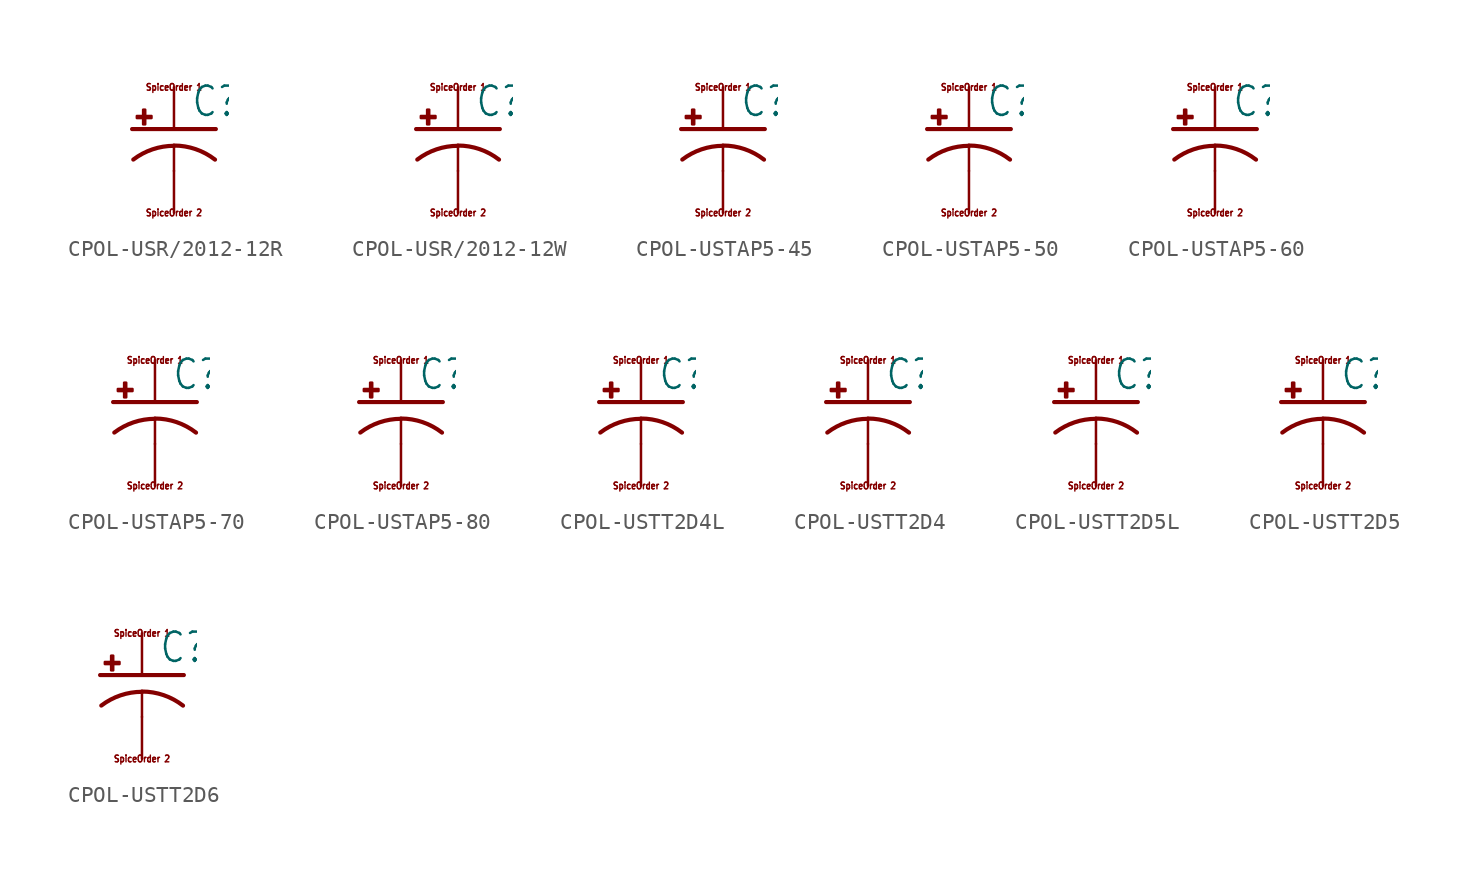
<source format=kicad_sym>
(kicad_symbol_lib
  (version 20231120)
  (generator "kicad_symbol_editor")
  (generator_version "8.0")
  (symbol "CPOL-USR/2012-12R"
    (property "Reference" "C"
      (at 1.016 0.635 0)
      (effects (font (size 1.778 1.511)) (justify left bottom)))
    (property "Value" ""
      (at 1.016 -4.191 0)
      (effects (font (size 1.778 1.511)) (justify left bottom)))
    (property "ki_locked" ""
      (at 0 0 0)
      (effects (font (size 1.27 1.27))))
    (symbol "CPOL-USR/2012-12R_1_0"
      (rectangle (start -2.253 0.668) (end -1.364 0.795) (stroke (width 0) (type default)) (fill (type outline)))
      (rectangle (start -1.872 0.287) (end -1.745 1.176) (stroke (width 0) (type default)) (fill (type outline)))
      (arc (start 0 -1.0161) (mid -1.3021 -1.2303) (end -2.4669 -1.8504) (stroke (width 0.254) (type solid)) (fill (type none)))
      (polyline (pts (xy -2.54 0) (xy 2.54 0)) (stroke (width 0.254) (type solid)) (fill (type none)))
      (polyline (pts (xy 0 -1.016) (xy 0 -2.54)) (stroke (width 0.152) (type solid)) (fill (type none)))
      (arc (start 2.4892 -1.8541) (mid 1.3158 -1.2194) (end 0 -1) (stroke (width 0.254) (type solid)) (fill (type none)))
      (text "SpiceOrder 1" (at 0 2.54 0) (effects (font (size 0.406 0.345))))
      (text "SpiceOrder 2" (at 0 -5.08 0) (effects (font (size 0.406 0.345))))
      (pin passive line (at 0 2.54 270) (length 2.54) (name "+" (effects (font (size 0 0)))) (number "+" (effects (font (size 0 0)))))
      (pin passive line (at 0 -5.08 90) (length 2.54) (name "-" (effects (font (size 0 0)))) (number "-" (effects (font (size 0 0)))))))
  (symbol "CPOL-USR/2012-12W"
    (property "Reference" "C"
      (at 1.016 0.635 0)
      (effects (font (size 1.778 1.511)) (justify left bottom)))
    (property "Value" ""
      (at 1.016 -4.191 0)
      (effects (font (size 1.778 1.511)) (justify left bottom)))
    (property "ki_locked" ""
      (at 0 0 0)
      (effects (font (size 1.27 1.27))))
    (symbol "CPOL-USR/2012-12W_1_0"
      (rectangle (start -2.253 0.668) (end -1.364 0.795) (stroke (width 0) (type default)) (fill (type outline)))
      (rectangle (start -1.872 0.287) (end -1.745 1.176) (stroke (width 0) (type default)) (fill (type outline)))
      (arc (start 0 -1.0161) (mid -1.3021 -1.2303) (end -2.4669 -1.8504) (stroke (width 0.254) (type solid)) (fill (type none)))
      (polyline (pts (xy -2.54 0) (xy 2.54 0)) (stroke (width 0.254) (type solid)) (fill (type none)))
      (polyline (pts (xy 0 -1.016) (xy 0 -2.54)) (stroke (width 0.152) (type solid)) (fill (type none)))
      (arc (start 2.4892 -1.8541) (mid 1.3158 -1.2194) (end 0 -1) (stroke (width 0.254) (type solid)) (fill (type none)))
      (text "SpiceOrder 1" (at 0 2.54 0) (effects (font (size 0.406 0.345))))
      (text "SpiceOrder 2" (at 0 -5.08 0) (effects (font (size 0.406 0.345))))
      (pin passive line (at 0 2.54 270) (length 2.54) (name "+" (effects (font (size 0 0)))) (number "+" (effects (font (size 0 0)))))
      (pin passive line (at 0 -5.08 90) (length 2.54) (name "-" (effects (font (size 0 0)))) (number "-" (effects (font (size 0 0)))))))
  (symbol "CPOL-USTAP5-45"
    (property "Reference" "C"
      (at 1.016 0.635 0)
      (effects (font (size 1.778 1.511)) (justify left bottom)))
    (property "Value" ""
      (at 1.016 -4.191 0)
      (effects (font (size 1.778 1.511)) (justify left bottom)))
    (property "ki_locked" ""
      (at 0 0 0)
      (effects (font (size 1.27 1.27))))
    (symbol "CPOL-USTAP5-45_1_0"
      (rectangle (start -2.253 0.668) (end -1.364 0.795) (stroke (width 0) (type default)) (fill (type outline)))
      (rectangle (start -1.872 0.287) (end -1.745 1.176) (stroke (width 0) (type default)) (fill (type outline)))
      (arc (start 0 -1.0161) (mid -1.3021 -1.2303) (end -2.4669 -1.8504) (stroke (width 0.254) (type solid)) (fill (type none)))
      (polyline (pts (xy -2.54 0) (xy 2.54 0)) (stroke (width 0.254) (type solid)) (fill (type none)))
      (polyline (pts (xy 0 -1.016) (xy 0 -2.54)) (stroke (width 0.152) (type solid)) (fill (type none)))
      (arc (start 2.4892 -1.8541) (mid 1.3158 -1.2194) (end 0 -1) (stroke (width 0.254) (type solid)) (fill (type none)))
      (text "SpiceOrder 1" (at 0 2.54 0) (effects (font (size 0.406 0.345))))
      (text "SpiceOrder 2" (at 0 -5.08 0) (effects (font (size 0.406 0.345))))
      (pin passive line (at 0 2.54 270) (length 2.54) (name "+" (effects (font (size 0 0)))) (number "+" (effects (font (size 0 0)))))
      (pin passive line (at 0 -5.08 90) (length 2.54) (name "-" (effects (font (size 0 0)))) (number "-" (effects (font (size 0 0)))))))
  (symbol "CPOL-USTAP5-50"
    (property "Reference" "C"
      (at 1.016 0.635 0)
      (effects (font (size 1.778 1.511)) (justify left bottom)))
    (property "Value" ""
      (at 1.016 -4.191 0)
      (effects (font (size 1.778 1.511)) (justify left bottom)))
    (property "ki_locked" ""
      (at 0 0 0)
      (effects (font (size 1.27 1.27))))
    (symbol "CPOL-USTAP5-50_1_0"
      (rectangle (start -2.253 0.668) (end -1.364 0.795) (stroke (width 0) (type default)) (fill (type outline)))
      (rectangle (start -1.872 0.287) (end -1.745 1.176) (stroke (width 0) (type default)) (fill (type outline)))
      (arc (start 0 -1.0161) (mid -1.3021 -1.2303) (end -2.4669 -1.8504) (stroke (width 0.254) (type solid)) (fill (type none)))
      (polyline (pts (xy -2.54 0) (xy 2.54 0)) (stroke (width 0.254) (type solid)) (fill (type none)))
      (polyline (pts (xy 0 -1.016) (xy 0 -2.54)) (stroke (width 0.152) (type solid)) (fill (type none)))
      (arc (start 2.4892 -1.8541) (mid 1.3158 -1.2194) (end 0 -1) (stroke (width 0.254) (type solid)) (fill (type none)))
      (text "SpiceOrder 1" (at 0 2.54 0) (effects (font (size 0.406 0.345))))
      (text "SpiceOrder 2" (at 0 -5.08 0) (effects (font (size 0.406 0.345))))
      (pin passive line (at 0 2.54 270) (length 2.54) (name "+" (effects (font (size 0 0)))) (number "+" (effects (font (size 0 0)))))
      (pin passive line (at 0 -5.08 90) (length 2.54) (name "-" (effects (font (size 0 0)))) (number "-" (effects (font (size 0 0)))))))
  (symbol "CPOL-USTAP5-60"
    (property "Reference" "C"
      (at 1.016 0.635 0)
      (effects (font (size 1.778 1.511)) (justify left bottom)))
    (property "Value" ""
      (at 1.016 -4.191 0)
      (effects (font (size 1.778 1.511)) (justify left bottom)))
    (property "ki_locked" ""
      (at 0 0 0)
      (effects (font (size 1.27 1.27))))
    (symbol "CPOL-USTAP5-60_1_0"
      (rectangle (start -2.253 0.668) (end -1.364 0.795) (stroke (width 0) (type default)) (fill (type outline)))
      (rectangle (start -1.872 0.287) (end -1.745 1.176) (stroke (width 0) (type default)) (fill (type outline)))
      (arc (start 0 -1.0161) (mid -1.3021 -1.2303) (end -2.4669 -1.8504) (stroke (width 0.254) (type solid)) (fill (type none)))
      (polyline (pts (xy -2.54 0) (xy 2.54 0)) (stroke (width 0.254) (type solid)) (fill (type none)))
      (polyline (pts (xy 0 -1.016) (xy 0 -2.54)) (stroke (width 0.152) (type solid)) (fill (type none)))
      (arc (start 2.4892 -1.8541) (mid 1.3158 -1.2194) (end 0 -1) (stroke (width 0.254) (type solid)) (fill (type none)))
      (text "SpiceOrder 1" (at 0 2.54 0) (effects (font (size 0.406 0.345))))
      (text "SpiceOrder 2" (at 0 -5.08 0) (effects (font (size 0.406 0.345))))
      (pin passive line (at 0 2.54 270) (length 2.54) (name "+" (effects (font (size 0 0)))) (number "+" (effects (font (size 0 0)))))
      (pin passive line (at 0 -5.08 90) (length 2.54) (name "-" (effects (font (size 0 0)))) (number "-" (effects (font (size 0 0)))))))
  (symbol "CPOL-USTAP5-70"
    (property "Reference" "C"
      (at 1.016 0.635 0)
      (effects (font (size 1.778 1.511)) (justify left bottom)))
    (property "Value" ""
      (at 1.016 -4.191 0)
      (effects (font (size 1.778 1.511)) (justify left bottom)))
    (property "ki_locked" ""
      (at 0 0 0)
      (effects (font (size 1.27 1.27))))
    (symbol "CPOL-USTAP5-70_1_0"
      (rectangle (start -2.253 0.668) (end -1.364 0.795) (stroke (width 0) (type default)) (fill (type outline)))
      (rectangle (start -1.872 0.287) (end -1.745 1.176) (stroke (width 0) (type default)) (fill (type outline)))
      (arc (start 0 -1.0161) (mid -1.3021 -1.2303) (end -2.4669 -1.8504) (stroke (width 0.254) (type solid)) (fill (type none)))
      (polyline (pts (xy -2.54 0) (xy 2.54 0)) (stroke (width 0.254) (type solid)) (fill (type none)))
      (polyline (pts (xy 0 -1.016) (xy 0 -2.54)) (stroke (width 0.152) (type solid)) (fill (type none)))
      (arc (start 2.4892 -1.8541) (mid 1.3158 -1.2194) (end 0 -1) (stroke (width 0.254) (type solid)) (fill (type none)))
      (text "SpiceOrder 1" (at 0 2.54 0) (effects (font (size 0.406 0.345))))
      (text "SpiceOrder 2" (at 0 -5.08 0) (effects (font (size 0.406 0.345))))
      (pin passive line (at 0 2.54 270) (length 2.54) (name "+" (effects (font (size 0 0)))) (number "+" (effects (font (size 0 0)))))
      (pin passive line (at 0 -5.08 90) (length 2.54) (name "-" (effects (font (size 0 0)))) (number "-" (effects (font (size 0 0)))))))
  (symbol "CPOL-USTAP5-80"
    (property "Reference" "C"
      (at 1.016 0.635 0)
      (effects (font (size 1.778 1.511)) (justify left bottom)))
    (property "Value" ""
      (at 1.016 -4.191 0)
      (effects (font (size 1.778 1.511)) (justify left bottom)))
    (property "ki_locked" ""
      (at 0 0 0)
      (effects (font (size 1.27 1.27))))
    (symbol "CPOL-USTAP5-80_1_0"
      (rectangle (start -2.253 0.668) (end -1.364 0.795) (stroke (width 0) (type default)) (fill (type outline)))
      (rectangle (start -1.872 0.287) (end -1.745 1.176) (stroke (width 0) (type default)) (fill (type outline)))
      (arc (start 0 -1.0161) (mid -1.3021 -1.2303) (end -2.4669 -1.8504) (stroke (width 0.254) (type solid)) (fill (type none)))
      (polyline (pts (xy -2.54 0) (xy 2.54 0)) (stroke (width 0.254) (type solid)) (fill (type none)))
      (polyline (pts (xy 0 -1.016) (xy 0 -2.54)) (stroke (width 0.152) (type solid)) (fill (type none)))
      (arc (start 2.4892 -1.8541) (mid 1.3158 -1.2194) (end 0 -1) (stroke (width 0.254) (type solid)) (fill (type none)))
      (text "SpiceOrder 1" (at 0 2.54 0) (effects (font (size 0.406 0.345))))
      (text "SpiceOrder 2" (at 0 -5.08 0) (effects (font (size 0.406 0.345))))
      (pin passive line (at 0 2.54 270) (length 2.54) (name "+" (effects (font (size 0 0)))) (number "+" (effects (font (size 0 0)))))
      (pin passive line (at 0 -5.08 90) (length 2.54) (name "-" (effects (font (size 0 0)))) (number "-" (effects (font (size 0 0)))))))
  (symbol "CPOL-USTT2D4L"
    (property "Reference" "C"
      (at 1.016 0.635 0)
      (effects (font (size 1.778 1.511)) (justify left bottom)))
    (property "Value" ""
      (at 1.016 -4.191 0)
      (effects (font (size 1.778 1.511)) (justify left bottom)))
    (property "ki_locked" ""
      (at 0 0 0)
      (effects (font (size 1.27 1.27))))
    (symbol "CPOL-USTT2D4L_1_0"
      (rectangle (start -2.253 0.668) (end -1.364 0.795) (stroke (width 0) (type default)) (fill (type outline)))
      (rectangle (start -1.872 0.287) (end -1.745 1.176) (stroke (width 0) (type default)) (fill (type outline)))
      (arc (start 0 -1.0161) (mid -1.3021 -1.2303) (end -2.4669 -1.8504) (stroke (width 0.254) (type solid)) (fill (type none)))
      (polyline (pts (xy -2.54 0) (xy 2.54 0)) (stroke (width 0.254) (type solid)) (fill (type none)))
      (polyline (pts (xy 0 -1.016) (xy 0 -2.54)) (stroke (width 0.152) (type solid)) (fill (type none)))
      (arc (start 2.4892 -1.8541) (mid 1.3158 -1.2194) (end 0 -1) (stroke (width 0.254) (type solid)) (fill (type none)))
      (text "SpiceOrder 1" (at 0 2.54 0) (effects (font (size 0.406 0.345))))
      (text "SpiceOrder 2" (at 0 -5.08 0) (effects (font (size 0.406 0.345))))
      (pin passive line (at 0 2.54 270) (length 2.54) (name "+" (effects (font (size 0 0)))) (number "+" (effects (font (size 0 0)))))
      (pin passive line (at 0 -5.08 90) (length 2.54) (name "-" (effects (font (size 0 0)))) (number "-" (effects (font (size 0 0)))))))
  (symbol "CPOL-USTT2D4"
    (property "Reference" "C"
      (at 1.016 0.635 0)
      (effects (font (size 1.778 1.511)) (justify left bottom)))
    (property "Value" ""
      (at 1.016 -4.191 0)
      (effects (font (size 1.778 1.511)) (justify left bottom)))
    (property "ki_locked" ""
      (at 0 0 0)
      (effects (font (size 1.27 1.27))))
    (symbol "CPOL-USTT2D4_1_0"
      (rectangle (start -2.253 0.668) (end -1.364 0.795) (stroke (width 0) (type default)) (fill (type outline)))
      (rectangle (start -1.872 0.287) (end -1.745 1.176) (stroke (width 0) (type default)) (fill (type outline)))
      (arc (start 0 -1.0161) (mid -1.3021 -1.2303) (end -2.4669 -1.8504) (stroke (width 0.254) (type solid)) (fill (type none)))
      (polyline (pts (xy -2.54 0) (xy 2.54 0)) (stroke (width 0.254) (type solid)) (fill (type none)))
      (polyline (pts (xy 0 -1.016) (xy 0 -2.54)) (stroke (width 0.152) (type solid)) (fill (type none)))
      (arc (start 2.4892 -1.8541) (mid 1.3158 -1.2194) (end 0 -1) (stroke (width 0.254) (type solid)) (fill (type none)))
      (text "SpiceOrder 1" (at 0 2.54 0) (effects (font (size 0.406 0.345))))
      (text "SpiceOrder 2" (at 0 -5.08 0) (effects (font (size 0.406 0.345))))
      (pin passive line (at 0 2.54 270) (length 2.54) (name "+" (effects (font (size 0 0)))) (number "+" (effects (font (size 0 0)))))
      (pin passive line (at 0 -5.08 90) (length 2.54) (name "-" (effects (font (size 0 0)))) (number "-" (effects (font (size 0 0)))))))
  (symbol "CPOL-USTT2D5L"
    (property "Reference" "C"
      (at 1.016 0.635 0)
      (effects (font (size 1.778 1.511)) (justify left bottom)))
    (property "Value" ""
      (at 1.016 -4.191 0)
      (effects (font (size 1.778 1.511)) (justify left bottom)))
    (property "ki_locked" ""
      (at 0 0 0)
      (effects (font (size 1.27 1.27))))
    (symbol "CPOL-USTT2D5L_1_0"
      (rectangle (start -2.253 0.668) (end -1.364 0.795) (stroke (width 0) (type default)) (fill (type outline)))
      (rectangle (start -1.872 0.287) (end -1.745 1.176) (stroke (width 0) (type default)) (fill (type outline)))
      (arc (start 0 -1.0161) (mid -1.3021 -1.2303) (end -2.4669 -1.8504) (stroke (width 0.254) (type solid)) (fill (type none)))
      (polyline (pts (xy -2.54 0) (xy 2.54 0)) (stroke (width 0.254) (type solid)) (fill (type none)))
      (polyline (pts (xy 0 -1.016) (xy 0 -2.54)) (stroke (width 0.152) (type solid)) (fill (type none)))
      (arc (start 2.4892 -1.8541) (mid 1.3158 -1.2194) (end 0 -1) (stroke (width 0.254) (type solid)) (fill (type none)))
      (text "SpiceOrder 1" (at 0 2.54 0) (effects (font (size 0.406 0.345))))
      (text "SpiceOrder 2" (at 0 -5.08 0) (effects (font (size 0.406 0.345))))
      (pin passive line (at 0 2.54 270) (length 2.54) (name "+" (effects (font (size 0 0)))) (number "+" (effects (font (size 0 0)))))
      (pin passive line (at 0 -5.08 90) (length 2.54) (name "-" (effects (font (size 0 0)))) (number "-" (effects (font (size 0 0)))))))
  (symbol "CPOL-USTT2D5"
    (property "Reference" "C"
      (at 1.016 0.635 0)
      (effects (font (size 1.778 1.511)) (justify left bottom)))
    (property "Value" ""
      (at 1.016 -4.191 0)
      (effects (font (size 1.778 1.511)) (justify left bottom)))
    (property "ki_locked" ""
      (at 0 0 0)
      (effects (font (size 1.27 1.27))))
    (symbol "CPOL-USTT2D5_1_0"
      (rectangle (start -2.253 0.668) (end -1.364 0.795) (stroke (width 0) (type default)) (fill (type outline)))
      (rectangle (start -1.872 0.287) (end -1.745 1.176) (stroke (width 0) (type default)) (fill (type outline)))
      (arc (start 0 -1.0161) (mid -1.3021 -1.2303) (end -2.4669 -1.8504) (stroke (width 0.254) (type solid)) (fill (type none)))
      (polyline (pts (xy -2.54 0) (xy 2.54 0)) (stroke (width 0.254) (type solid)) (fill (type none)))
      (polyline (pts (xy 0 -1.016) (xy 0 -2.54)) (stroke (width 0.152) (type solid)) (fill (type none)))
      (arc (start 2.4892 -1.8541) (mid 1.3158 -1.2194) (end 0 -1) (stroke (width 0.254) (type solid)) (fill (type none)))
      (text "SpiceOrder 1" (at 0 2.54 0) (effects (font (size 0.406 0.345))))
      (text "SpiceOrder 2" (at 0 -5.08 0) (effects (font (size 0.406 0.345))))
      (pin passive line (at 0 2.54 270) (length 2.54) (name "+" (effects (font (size 0 0)))) (number "+" (effects (font (size 0 0)))))
      (pin passive line (at 0 -5.08 90) (length 2.54) (name "-" (effects (font (size 0 0)))) (number "-" (effects (font (size 0 0)))))))
  (symbol "CPOL-USTT2D6"
    (property "Reference" "C"
      (at 1.016 0.635 0)
      (effects (font (size 1.778 1.511)) (justify left bottom)))
    (property "Value" ""
      (at 1.016 -4.191 0)
      (effects (font (size 1.778 1.511)) (justify left bottom)))
    (property "ki_locked" ""
      (at 0 0 0)
      (effects (font (size 1.27 1.27))))
    (symbol "CPOL-USTT2D6_1_0"
      (rectangle (start -2.253 0.668) (end -1.364 0.795) (stroke (width 0) (type default)) (fill (type outline)))
      (rectangle (start -1.872 0.287) (end -1.745 1.176) (stroke (width 0) (type default)) (fill (type outline)))
      (arc (start 0 -1.0161) (mid -1.3021 -1.2303) (end -2.4669 -1.8504) (stroke (width 0.254) (type solid)) (fill (type none)))
      (polyline (pts (xy -2.54 0) (xy 2.54 0)) (stroke (width 0.254) (type solid)) (fill (type none)))
      (polyline (pts (xy 0 -1.016) (xy 0 -2.54)) (stroke (width 0.152) (type solid)) (fill (type none)))
      (arc (start 2.4892 -1.8541) (mid 1.3158 -1.2194) (end 0 -1) (stroke (width 0.254) (type solid)) (fill (type none)))
      (text "SpiceOrder 1" (at 0 2.54 0) (effects (font (size 0.406 0.345))))
      (text "SpiceOrder 2" (at 0 -5.08 0) (effects (font (size 0.406 0.345))))
      (pin passive line (at 0 2.54 270) (length 2.54) (name "+" (effects (font (size 0 0)))) (number "+" (effects (font (size 0 0)))))
      (pin passive line (at 0 -5.08 90) (length 2.54) (name "-" (effects (font (size 0 0)))) (number "-" (effects (font (size 0 0))))))))
</source>
